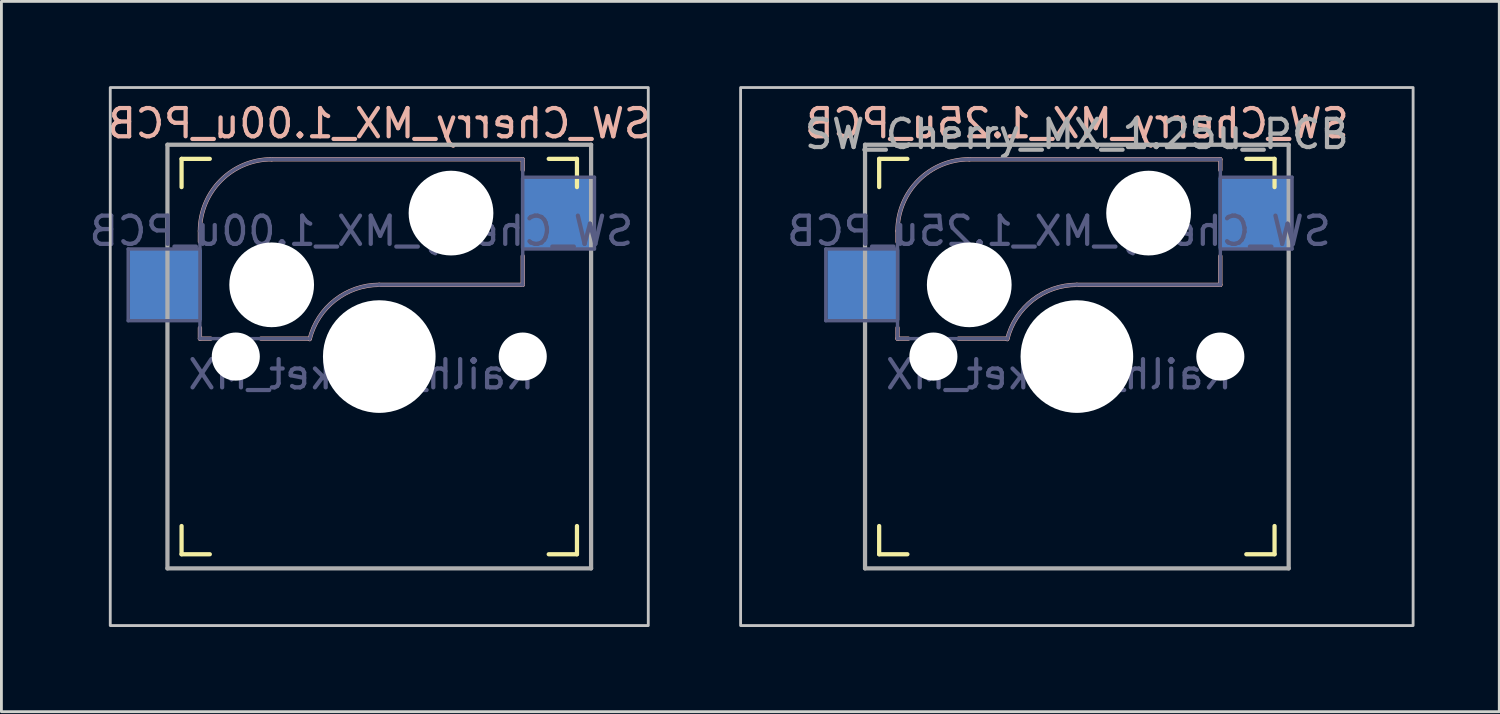
<source format=kicad_pcb>
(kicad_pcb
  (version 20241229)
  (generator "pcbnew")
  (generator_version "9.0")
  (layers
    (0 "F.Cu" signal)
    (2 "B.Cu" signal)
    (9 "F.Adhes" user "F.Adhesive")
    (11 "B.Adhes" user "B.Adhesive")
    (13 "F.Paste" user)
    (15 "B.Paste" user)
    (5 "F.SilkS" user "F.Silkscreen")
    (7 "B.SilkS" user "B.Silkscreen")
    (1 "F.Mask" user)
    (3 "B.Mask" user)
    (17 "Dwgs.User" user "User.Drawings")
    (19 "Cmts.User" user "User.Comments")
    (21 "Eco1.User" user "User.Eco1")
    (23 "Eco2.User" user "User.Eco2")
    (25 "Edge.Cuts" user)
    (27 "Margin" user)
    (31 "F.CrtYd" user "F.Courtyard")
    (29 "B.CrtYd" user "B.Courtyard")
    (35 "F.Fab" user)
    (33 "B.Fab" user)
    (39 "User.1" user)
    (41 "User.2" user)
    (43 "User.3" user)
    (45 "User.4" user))
  (footprint "SW_Cherry_MX_1.00u_PCB"
    (layer "F.Cu")
    (at 10.379 9.575)
    (property "Reference" "SW_Cherry_MX_1.00u_PCB" (at 0 -8.255 0) (layer "B.SilkS") (effects (font (size 1 1) (thickness 0.15)) (justify mirror)))
    (property "Value" "Kailh_socket_MX" (at 0 8.255 0) (layer "F.Fab") (hide yes) (effects (font (size 1 1) (thickness 0.15))))
    (attr smd through_hole)
    (fp_line (start -7 -6) (end -7 -7) (stroke (width 0.15) (type solid)) (layer "F.SilkS"))
    (fp_line (start -7 7) (end -7 6) (stroke (width 0.15) (type solid)) (layer "F.SilkS"))
    (fp_line (start -7 7) (end -6 7) (stroke (width 0.15) (type solid)) (layer "F.SilkS"))
    (fp_line (start -6 -7) (end -7 -7) (stroke (width 0.15) (type solid)) (layer "F.SilkS"))
    (fp_line (start 6 7) (end 7 7) (stroke (width 0.15) (type solid)) (layer "F.SilkS"))
    (fp_line (start 7 -7) (end 6 -7) (stroke (width 0.15) (type solid)) (layer "F.SilkS"))
    (fp_line (start 7 -7) (end 7 -6) (stroke (width 0.15) (type solid)) (layer "F.SilkS"))
    (fp_line (start 7 6) (end 7 7) (stroke (width 0.15) (type solid)) (layer "F.SilkS"))
    (fp_line (start -6.35 -4.445) (end -6.35 -4.064) (stroke (width 0.15) (type solid)) (layer "B.SilkS"))
    (fp_line (start -6.35 -1.016) (end -6.35 -0.635) (stroke (width 0.15) (type solid)) (layer "B.SilkS"))
    (fp_line (start -5.969 -0.635) (end -6.35 -0.635) (stroke (width 0.15) (type solid)) (layer "B.SilkS"))
    (fp_line (start -3.81 -6.985) (end 5.08 -6.985) (stroke (width 0.15) (type solid)) (layer "B.SilkS"))
    (fp_line (start -2.464 -0.635) (end -4.191 -0.635) (stroke (width 0.15) (type solid)) (layer "B.SilkS"))
    (fp_line (start 5.08 -6.985) (end 5.08 -6.604) (stroke (width 0.15) (type solid)) (layer "B.SilkS"))
    (fp_line (start 5.08 -3.556) (end 5.08 -2.54) (stroke (width 0.15) (type solid)) (layer "B.SilkS"))
    (fp_line (start 5.08 -2.54) (end 0 -2.54) (stroke (width 0.15) (type solid)) (layer "B.SilkS"))
    (fp_arc (start -6.35 -4.445) (mid -5.606051 -6.241051) (end -3.81 -6.985) (stroke (width 0.15) (type solid)) (layer "B.SilkS"))
    (fp_arc (start -2.464162 -0.61604) (mid -1.563147 -2.002042) (end 0 -2.54) (stroke (width 0.15) (type solid)) (layer "B.SilkS"))
    (fp_rect (start -9.525 -9.525) (end 9.525 9.525) (stroke (width 0.1) (type default)) (fill no) (layer "Dwgs.User"))
    (fp_line (start -6.9 6.9) (end -6.9 -6.9) (stroke (width 0.15) (type solid)) (layer "Eco2.User"))
    (fp_line (start -6.9 6.9) (end 6.9 6.9) (stroke (width 0.15) (type solid)) (layer "Eco2.User"))
    (fp_line (start 6.9 -6.9) (end -6.9 -6.9) (stroke (width 0.15) (type solid)) (layer "Eco2.User"))
    (fp_line (start 6.9 -6.9) (end 6.9 6.9) (stroke (width 0.15) (type solid)) (layer "Eco2.User"))
    (fp_line (start -8.89 -3.81) (end -6.35 -3.81) (stroke (width 0.12) (type solid)) (layer "B.Fab"))
    (fp_line (start -8.89 -1.27) (end -8.89 -3.81) (stroke (width 0.12) (type solid)) (layer "B.Fab"))
    (fp_line (start -6.35 -1.27) (end -8.89 -1.27) (stroke (width 0.12) (type solid)) (layer "B.Fab"))
    (fp_line (start -6.35 -0.635) (end -6.35 -4.445) (stroke (width 0.12) (type solid)) (layer "B.Fab"))
    (fp_line (start -6.35 -0.635) (end -2.54 -0.635) (stroke (width 0.12) (type solid)) (layer "B.Fab"))
    (fp_line (start -3.81 -6.985) (end 5.08 -6.985) (stroke (width 0.12) (type solid)) (layer "B.Fab"))
    (fp_line (start 5.08 -6.985) (end 5.08 -2.54) (stroke (width 0.12) (type solid)) (layer "B.Fab"))
    (fp_line (start 5.08 -6.35) (end 7.62 -6.35) (stroke (width 0.12) (type solid)) (layer "B.Fab"))
    (fp_line (start 5.08 -2.54) (end 0 -2.54) (stroke (width 0.12) (type solid)) (layer "B.Fab"))
    (fp_line (start 7.62 -6.35) (end 7.62 -3.81) (stroke (width 0.12) (type solid)) (layer "B.Fab"))
    (fp_line (start 7.62 -3.81) (end 5.08 -3.81) (stroke (width 0.12) (type solid)) (layer "B.Fab"))
    (fp_arc (start -6.35 -4.445) (mid -5.606051 -6.241051) (end -3.81 -6.985) (stroke (width 0.12) (type solid)) (layer "B.Fab"))
    (fp_arc (start -2.464162 -0.61604) (mid -1.563147 -2.002042) (end 0 -2.54) (stroke (width 0.12) (type solid)) (layer "B.Fab"))
    (fp_line (start -7.5 -7.5) (end 7.5 -7.5) (stroke (width 0.15) (type solid)) (layer "F.Fab"))
    (fp_line (start -7.5 7.5) (end -7.5 -7.5) (stroke (width 0.15) (type solid)) (layer "F.Fab"))
    (fp_line (start 7.5 -7.5) (end 7.5 7.5) (stroke (width 0.15) (type solid)) (layer "F.Fab"))
    (fp_line (start 7.5 7.5) (end -7.5 7.5) (stroke (width 0.15) (type solid)) (layer "F.Fab"))
    (fp_text user "${VALUE}" (at -0.635 0.635 0) (layer "B.Fab") (effects (font (size 1 1) (thickness 0.15)) (justify mirror)))
    (fp_text user "${REFERENCE}" (at -0.635 -4.445 0) (layer "B.Fab") (effects (font (size 1 1) (thickness 0.15)) (justify mirror)))
    (pad "" np_thru_hole circle (at -5.08 0) (size 1.702 1.702) (drill 1.702) (layers "*.Cu" "*.Mask"))
    (pad "" np_thru_hole circle (at -3.81 -2.54) (size 3 3) (drill 3) (layers "*.Cu" "*.Mask"))
    (pad "" np_thru_hole circle (at 0 0) (size 3.988 3.988) (drill 3.988) (layers "*.Cu" "*.Mask"))
    (pad "" np_thru_hole circle (at 2.54 -5.08) (size 3 3) (drill 3) (layers "*.Cu" "*.Mask"))
    (pad "" np_thru_hole circle (at 5.08 0) (size 1.702 1.702) (drill 1.702) (layers "*.Cu" "*.Mask"))
    (pad "1" smd rect (at 6.29 -5.08) (size 2.55 2.5) (layers "B.Cu" "B.Mask" "B.Paste"))
    (pad "2" smd rect (at -7.56 -2.54) (size 2.55 2.5) (layers "B.Cu" "B.Mask" "B.Paste")))
  (footprint "SW_Cherry_MX_1.25u_PCB"
    (layer "F.Cu")
    (at 35.079 9.575)
    (property "Reference" "SW_Cherry_MX_1.25u_PCB" (at 0 -8.255 0) (layer "B.SilkS") (effects (font (size 1 1) (thickness 0.15)) (justify mirror)))
    (property "Value" "Kailh_socket_MX" (at 0 8.255 0) (layer "F.Fab") (hide yes) (effects (font (size 1 1) (thickness 0.15))))
    (attr smd through_hole)
    (fp_line (start -7 -6) (end -7 -7) (stroke (width 0.15) (type solid)) (layer "F.SilkS"))
    (fp_line (start -7 7) (end -7 6) (stroke (width 0.15) (type solid)) (layer "F.SilkS"))
    (fp_line (start -7 7) (end -6 7) (stroke (width 0.15) (type solid)) (layer "F.SilkS"))
    (fp_line (start -6 -7) (end -7 -7) (stroke (width 0.15) (type solid)) (layer "F.SilkS"))
    (fp_line (start 6 7) (end 7 7) (stroke (width 0.15) (type solid)) (layer "F.SilkS"))
    (fp_line (start 7 -7) (end 6 -7) (stroke (width 0.15) (type solid)) (layer "F.SilkS"))
    (fp_line (start 7 -7) (end 7 -6) (stroke (width 0.15) (type solid)) (layer "F.SilkS"))
    (fp_line (start 7 6) (end 7 7) (stroke (width 0.15) (type solid)) (layer "F.SilkS"))
    (fp_line (start -6.35 -4.445) (end -6.35 -4.064) (stroke (width 0.15) (type solid)) (layer "B.SilkS"))
    (fp_line (start -6.35 -1.016) (end -6.35 -0.635) (stroke (width 0.15) (type solid)) (layer "B.SilkS"))
    (fp_line (start -5.969 -0.635) (end -6.35 -0.635) (stroke (width 0.15) (type solid)) (layer "B.SilkS"))
    (fp_line (start -3.81 -6.985) (end 5.08 -6.985) (stroke (width 0.15) (type solid)) (layer "B.SilkS"))
    (fp_line (start -2.464 -0.635) (end -4.191 -0.635) (stroke (width 0.15) (type solid)) (layer "B.SilkS"))
    (fp_line (start 5.08 -6.985) (end 5.08 -6.604) (stroke (width 0.15) (type solid)) (layer "B.SilkS"))
    (fp_line (start 5.08 -3.556) (end 5.08 -2.54) (stroke (width 0.15) (type solid)) (layer "B.SilkS"))
    (fp_line (start 5.08 -2.54) (end 0 -2.54) (stroke (width 0.15) (type solid)) (layer "B.SilkS"))
    (fp_arc (start -6.35 -4.445) (mid -5.606051 -6.241051) (end -3.81 -6.985) (stroke (width 0.15) (type solid)) (layer "B.SilkS"))
    (fp_arc (start -2.464162 -0.61604) (mid -1.563147 -2.002042) (end 0 -2.54) (stroke (width 0.15) (type solid)) (layer "B.SilkS"))
    (fp_rect (start -11.906 -9.525) (end 11.906 9.525) (stroke (width 0.1) (type default)) (fill no) (layer "Dwgs.User"))
    (fp_line (start -6.9 6.9) (end -6.9 -6.9) (stroke (width 0.15) (type solid)) (layer "Eco2.User"))
    (fp_line (start -6.9 6.9) (end 6.9 6.9) (stroke (width 0.15) (type solid)) (layer "Eco2.User"))
    (fp_line (start 6.9 -6.9) (end -6.9 -6.9) (stroke (width 0.15) (type solid)) (layer "Eco2.User"))
    (fp_line (start 6.9 -6.9) (end 6.9 6.9) (stroke (width 0.15) (type solid)) (layer "Eco2.User"))
    (fp_line (start -8.89 -3.81) (end -6.35 -3.81) (stroke (width 0.12) (type solid)) (layer "B.Fab"))
    (fp_line (start -8.89 -1.27) (end -8.89 -3.81) (stroke (width 0.12) (type solid)) (layer "B.Fab"))
    (fp_line (start -6.35 -1.27) (end -8.89 -1.27) (stroke (width 0.12) (type solid)) (layer "B.Fab"))
    (fp_line (start -6.35 -0.635) (end -6.35 -4.445) (stroke (width 0.12) (type solid)) (layer "B.Fab"))
    (fp_line (start -6.35 -0.635) (end -2.54 -0.635) (stroke (width 0.12) (type solid)) (layer "B.Fab"))
    (fp_line (start -3.81 -6.985) (end 5.08 -6.985) (stroke (width 0.12) (type solid)) (layer "B.Fab"))
    (fp_line (start 5.08 -6.985) (end 5.08 -2.54) (stroke (width 0.12) (type solid)) (layer "B.Fab"))
    (fp_line (start 5.08 -6.35) (end 7.62 -6.35) (stroke (width 0.12) (type solid)) (layer "B.Fab"))
    (fp_line (start 5.08 -2.54) (end 0 -2.54) (stroke (width 0.12) (type solid)) (layer "B.Fab"))
    (fp_line (start 7.62 -6.35) (end 7.62 -3.81) (stroke (width 0.12) (type solid)) (layer "B.Fab"))
    (fp_line (start 7.62 -3.81) (end 5.08 -3.81) (stroke (width 0.12) (type solid)) (layer "B.Fab"))
    (fp_arc (start -6.35 -4.445) (mid -5.606051 -6.241051) (end -3.81 -6.985) (stroke (width 0.12) (type solid)) (layer "B.Fab"))
    (fp_arc (start -2.464162 -0.61604) (mid -1.563147 -2.002042) (end 0 -2.54) (stroke (width 0.12) (type solid)) (layer "B.Fab"))
    (fp_line (start -7.5 -7.5) (end 7.5 -7.5) (stroke (width 0.15) (type solid)) (layer "F.Fab"))
    (fp_line (start -7.5 7.5) (end -7.5 -7.5) (stroke (width 0.15) (type solid)) (layer "F.Fab"))
    (fp_line (start 7.5 -7.5) (end 7.5 7.5) (stroke (width 0.15) (type solid)) (layer "F.Fab"))
    (fp_line (start 7.5 7.5) (end -7.5 7.5) (stroke (width 0.15) (type solid)) (layer "F.Fab"))
    (fp_text user "${REFERENCE}" (at -0.635 -4.445 0) (layer "B.Fab") (effects (font (size 1 1) (thickness 0.15)) (justify mirror)))
    (fp_text user "${VALUE}" (at -0.635 0.635 0) (layer "B.Fab") (effects (font (size 1 1) (thickness 0.15)) (justify mirror)))
    (fp_text user "${REFERENCE}" (at 0 -7.874 0) (layer "F.Fab") (effects (font (size 1 1) (thickness 0.15))))
    (pad "" np_thru_hole circle (at -5.08 0) (size 1.702 1.702) (drill 1.702) (layers "*.Cu" "*.Mask"))
    (pad "" np_thru_hole circle (at -3.81 -2.54) (size 3 3) (drill 3) (layers "*.Cu" "*.Mask"))
    (pad "" np_thru_hole circle (at 0 0) (size 3.988 3.988) (drill 3.988) (layers "*.Cu" "*.Mask"))
    (pad "" np_thru_hole circle (at 2.54 -5.08) (size 3 3) (drill 3) (layers "*.Cu" "*.Mask"))
    (pad "" np_thru_hole circle (at 5.08 0) (size 1.702 1.702) (drill 1.702) (layers "*.Cu" "*.Mask"))
    (pad "1" smd rect (at 6.29 -5.08) (size 2.55 2.5) (layers "B.Cu" "B.Mask" "B.Paste"))
    (pad "2" smd rect (at -7.56 -2.54) (size 2.55 2.5) (layers "B.Cu" "B.Mask" "B.Paste")))
  (gr_rect
    (start -3 -3)
    (end 50.036 22.15)
    (stroke (width 0.1) (type default))
    (fill no)
    (layer "Edge.Cuts")))
</source>
